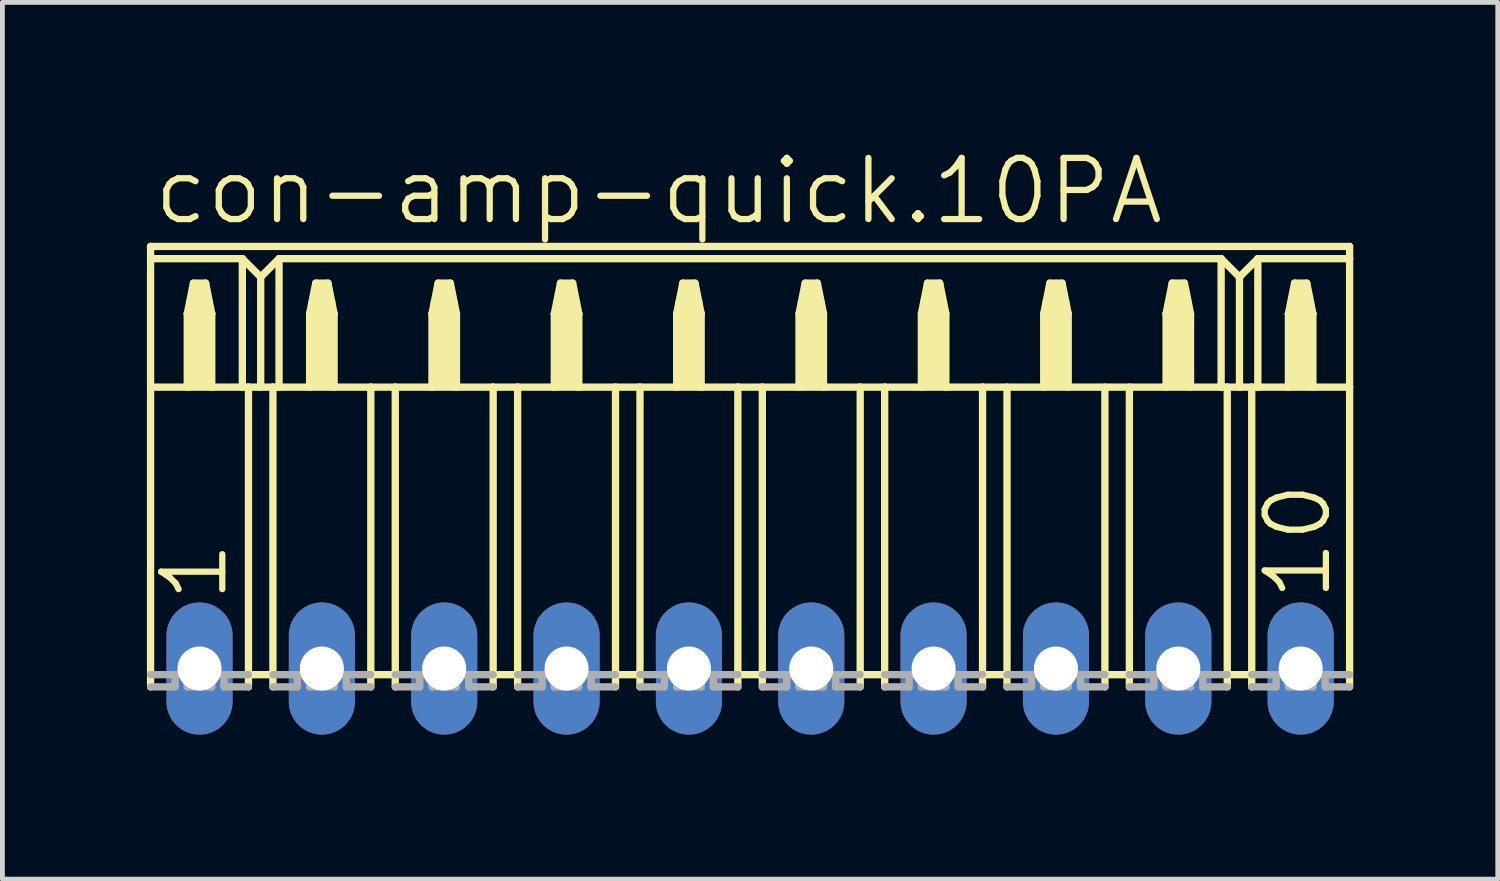
<source format=kicad_pcb>
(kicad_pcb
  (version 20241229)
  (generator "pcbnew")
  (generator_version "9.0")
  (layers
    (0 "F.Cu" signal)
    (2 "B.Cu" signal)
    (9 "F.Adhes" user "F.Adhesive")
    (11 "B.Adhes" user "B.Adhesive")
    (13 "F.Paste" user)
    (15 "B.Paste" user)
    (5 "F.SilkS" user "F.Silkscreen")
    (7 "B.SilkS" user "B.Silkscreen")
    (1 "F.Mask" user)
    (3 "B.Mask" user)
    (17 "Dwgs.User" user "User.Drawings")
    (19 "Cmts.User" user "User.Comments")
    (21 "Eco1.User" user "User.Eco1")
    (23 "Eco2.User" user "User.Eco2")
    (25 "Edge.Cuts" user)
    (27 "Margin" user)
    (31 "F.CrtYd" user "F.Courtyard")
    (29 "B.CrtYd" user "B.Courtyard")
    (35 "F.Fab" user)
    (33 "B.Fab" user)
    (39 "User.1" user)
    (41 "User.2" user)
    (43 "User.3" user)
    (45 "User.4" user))
  (footprint "con-amp-quick.10PA"
    (layer "F.Cu")
    (at 12.522 10.829)
    (property "Reference" "con-amp-quick.10PA" (at -12.446 -9.169 0) (layer "F.SilkS") (effects (font (size 1.27 1.27) (thickness 0.13)) (justify left bottom)))
    (attr through_hole)
    (fp_line (start -12.446 -8.763) (end -12.446 -8.509) (stroke (width 0.152) (type default)) (layer "F.SilkS"))
    (fp_line (start -12.446 -8.763) (end 12.446 -8.763) (stroke (width 0.152) (type default)) (layer "F.SilkS"))
    (fp_line (start -12.446 -8.509) (end -12.446 -5.842) (stroke (width 0.152) (type default)) (layer "F.SilkS"))
    (fp_line (start -12.446 -8.509) (end -10.541 -8.509) (stroke (width 0.152) (type default)) (layer "F.SilkS"))
    (fp_line (start -12.446 -5.842) (end -12.446 0.381) (stroke (width 0.152) (type default)) (layer "F.SilkS"))
    (fp_line (start -12.446 -5.842) (end -11.684 -5.842) (stroke (width 0.152) (type default)) (layer "F.SilkS"))
    (fp_line (start -11.684 -7.366) (end -11.684 -5.842) (stroke (width 0.152) (type default)) (layer "F.SilkS"))
    (fp_line (start -11.684 -7.366) (end -11.557 -8.001) (stroke (width 0.152) (type default)) (layer "F.SilkS"))
    (fp_line (start -11.684 -5.842) (end -11.176 -5.842) (stroke (width 0.152) (type default)) (layer "F.SilkS"))
    (fp_line (start -11.557 -8.001) (end -11.303 -8.001) (stroke (width 0.152) (type default)) (layer "F.SilkS"))
    (fp_line (start -11.303 -8.001) (end -11.176 -7.366) (stroke (width 0.152) (type default)) (layer "F.SilkS"))
    (fp_line (start -11.176 -7.366) (end -11.684 -7.366) (stroke (width 0.152) (type default)) (layer "F.SilkS"))
    (fp_line (start -11.176 -7.366) (end -11.176 -5.842) (stroke (width 0.152) (type default)) (layer "F.SilkS"))
    (fp_line (start -11.176 -5.842) (end -10.541 -5.842) (stroke (width 0.152) (type default)) (layer "F.SilkS"))
    (fp_line (start -10.541 -8.509) (end -10.541 -5.842) (stroke (width 0.152) (type default)) (layer "F.SilkS"))
    (fp_line (start -10.541 -8.509) (end -10.16 -8.128) (stroke (width 0.152) (type default)) (layer "F.SilkS"))
    (fp_line (start -10.541 -5.842) (end -10.414 -5.842) (stroke (width 0.152) (type default)) (layer "F.SilkS"))
    (fp_line (start -10.414 -5.842) (end -10.414 0.127) (stroke (width 0.152) (type default)) (layer "F.SilkS"))
    (fp_line (start -10.414 -5.842) (end -10.16 -5.842) (stroke (width 0.152) (type default)) (layer "F.SilkS"))
    (fp_line (start -10.414 0.127) (end -10.414 0.381) (stroke (width 0.152) (type default)) (layer "F.SilkS"))
    (fp_line (start -10.16 -8.128) (end -10.16 -5.842) (stroke (width 0.152) (type default)) (layer "F.SilkS"))
    (fp_line (start -10.16 -8.128) (end -9.779 -8.509) (stroke (width 0.152) (type default)) (layer "F.SilkS"))
    (fp_line (start -10.16 -5.842) (end -9.906 -5.842) (stroke (width 0.152) (type default)) (layer "F.SilkS"))
    (fp_line (start -9.906 -5.842) (end -9.906 0.127) (stroke (width 0.152) (type default)) (layer "F.SilkS"))
    (fp_line (start -9.906 -5.842) (end -9.779 -5.842) (stroke (width 0.152) (type default)) (layer "F.SilkS"))
    (fp_line (start -9.906 0.127) (end -10.414 0.127) (stroke (width 0.152) (type default)) (layer "F.SilkS"))
    (fp_line (start -9.906 0.127) (end -9.906 0.381) (stroke (width 0.152) (type default)) (layer "F.SilkS"))
    (fp_line (start -9.779 -8.509) (end -9.779 -5.842) (stroke (width 0.152) (type default)) (layer "F.SilkS"))
    (fp_line (start -9.779 -8.509) (end 9.779 -8.509) (stroke (width 0.152) (type default)) (layer "F.SilkS"))
    (fp_line (start -9.779 -5.842) (end -9.144 -5.842) (stroke (width 0.152) (type default)) (layer "F.SilkS"))
    (fp_line (start -9.144 -7.366) (end -9.144 -5.842) (stroke (width 0.152) (type default)) (layer "F.SilkS"))
    (fp_line (start -9.144 -7.366) (end -9.017 -8.001) (stroke (width 0.152) (type default)) (layer "F.SilkS"))
    (fp_line (start -9.144 -5.842) (end -8.636 -5.842) (stroke (width 0.152) (type default)) (layer "F.SilkS"))
    (fp_line (start -9.017 -8.001) (end -8.763 -8.001) (stroke (width 0.152) (type default)) (layer "F.SilkS"))
    (fp_line (start -8.763 -8.001) (end -8.636 -7.366) (stroke (width 0.152) (type default)) (layer "F.SilkS"))
    (fp_line (start -8.636 -7.366) (end -9.144 -7.366) (stroke (width 0.152) (type default)) (layer "F.SilkS"))
    (fp_line (start -8.636 -7.366) (end -8.636 -5.842) (stroke (width 0.152) (type default)) (layer "F.SilkS"))
    (fp_line (start -8.636 -5.842) (end -7.874 -5.842) (stroke (width 0.152) (type default)) (layer "F.SilkS"))
    (fp_line (start -7.874 -5.842) (end -7.874 0.127) (stroke (width 0.152) (type default)) (layer "F.SilkS"))
    (fp_line (start -7.874 -5.842) (end -7.366 -5.842) (stroke (width 0.152) (type default)) (layer "F.SilkS"))
    (fp_line (start -7.874 0.127) (end -7.874 0.381) (stroke (width 0.152) (type default)) (layer "F.SilkS"))
    (fp_line (start -7.366 -5.842) (end -7.366 0.127) (stroke (width 0.152) (type default)) (layer "F.SilkS"))
    (fp_line (start -7.366 -5.842) (end -6.604 -5.842) (stroke (width 0.152) (type default)) (layer "F.SilkS"))
    (fp_line (start -7.366 0.127) (end -7.874 0.127) (stroke (width 0.152) (type default)) (layer "F.SilkS"))
    (fp_line (start -7.366 0.127) (end -7.366 0.381) (stroke (width 0.152) (type default)) (layer "F.SilkS"))
    (fp_line (start -6.604 -7.366) (end -6.604 -5.842) (stroke (width 0.152) (type default)) (layer "F.SilkS"))
    (fp_line (start -6.604 -7.366) (end -6.477 -8.001) (stroke (width 0.152) (type default)) (layer "F.SilkS"))
    (fp_line (start -6.604 -5.842) (end -6.096 -5.842) (stroke (width 0.152) (type default)) (layer "F.SilkS"))
    (fp_line (start -6.477 -8.001) (end -6.223 -8.001) (stroke (width 0.152) (type default)) (layer "F.SilkS"))
    (fp_line (start -6.223 -8.001) (end -6.096 -7.366) (stroke (width 0.152) (type default)) (layer "F.SilkS"))
    (fp_line (start -6.096 -7.366) (end -6.604 -7.366) (stroke (width 0.152) (type default)) (layer "F.SilkS"))
    (fp_line (start -6.096 -7.366) (end -6.096 -5.842) (stroke (width 0.152) (type default)) (layer "F.SilkS"))
    (fp_line (start -6.096 -5.842) (end -5.334 -5.842) (stroke (width 0.152) (type default)) (layer "F.SilkS"))
    (fp_line (start -5.334 -5.842) (end -5.334 0.127) (stroke (width 0.152) (type default)) (layer "F.SilkS"))
    (fp_line (start -5.334 -5.842) (end -4.826 -5.842) (stroke (width 0.152) (type default)) (layer "F.SilkS"))
    (fp_line (start -5.334 0.127) (end -5.334 0.381) (stroke (width 0.152) (type default)) (layer "F.SilkS"))
    (fp_line (start -4.826 -5.842) (end -4.826 0.127) (stroke (width 0.152) (type default)) (layer "F.SilkS"))
    (fp_line (start -4.826 -5.842) (end -4.064 -5.842) (stroke (width 0.152) (type default)) (layer "F.SilkS"))
    (fp_line (start -4.826 0.127) (end -5.334 0.127) (stroke (width 0.152) (type default)) (layer "F.SilkS"))
    (fp_line (start -4.826 0.127) (end -4.826 0.381) (stroke (width 0.152) (type default)) (layer "F.SilkS"))
    (fp_line (start -4.064 -7.366) (end -4.064 -5.842) (stroke (width 0.152) (type default)) (layer "F.SilkS"))
    (fp_line (start -4.064 -7.366) (end -3.937 -8.001) (stroke (width 0.152) (type default)) (layer "F.SilkS"))
    (fp_line (start -4.064 -5.842) (end -3.556 -5.842) (stroke (width 0.152) (type default)) (layer "F.SilkS"))
    (fp_line (start -3.937 -8.001) (end -3.683 -8.001) (stroke (width 0.152) (type default)) (layer "F.SilkS"))
    (fp_line (start -3.683 -8.001) (end -3.556 -7.366) (stroke (width 0.152) (type default)) (layer "F.SilkS"))
    (fp_line (start -3.556 -7.366) (end -4.064 -7.366) (stroke (width 0.152) (type default)) (layer "F.SilkS"))
    (fp_line (start -3.556 -7.366) (end -3.556 -5.842) (stroke (width 0.152) (type default)) (layer "F.SilkS"))
    (fp_line (start -3.556 -5.842) (end -2.794 -5.842) (stroke (width 0.152) (type default)) (layer "F.SilkS"))
    (fp_line (start -2.794 -5.842) (end -2.794 0.127) (stroke (width 0.152) (type default)) (layer "F.SilkS"))
    (fp_line (start -2.794 -5.842) (end -2.286 -5.842) (stroke (width 0.152) (type default)) (layer "F.SilkS"))
    (fp_line (start -2.794 0.127) (end -2.794 0.381) (stroke (width 0.152) (type default)) (layer "F.SilkS"))
    (fp_line (start -2.286 -5.842) (end -2.286 0.127) (stroke (width 0.152) (type default)) (layer "F.SilkS"))
    (fp_line (start -2.286 -5.842) (end -1.524 -5.842) (stroke (width 0.152) (type default)) (layer "F.SilkS"))
    (fp_line (start -2.286 0.127) (end -2.794 0.127) (stroke (width 0.152) (type default)) (layer "F.SilkS"))
    (fp_line (start -2.286 0.127) (end -2.286 0.381) (stroke (width 0.152) (type default)) (layer "F.SilkS"))
    (fp_line (start -1.524 -7.366) (end -1.524 -5.842) (stroke (width 0.152) (type default)) (layer "F.SilkS"))
    (fp_line (start -1.524 -7.366) (end -1.397 -8.001) (stroke (width 0.152) (type default)) (layer "F.SilkS"))
    (fp_line (start -1.524 -5.842) (end -1.016 -5.842) (stroke (width 0.152) (type default)) (layer "F.SilkS"))
    (fp_line (start -1.397 -8.001) (end -1.143 -8.001) (stroke (width 0.152) (type default)) (layer "F.SilkS"))
    (fp_line (start -1.143 -8.001) (end -1.016 -7.366) (stroke (width 0.152) (type default)) (layer "F.SilkS"))
    (fp_line (start -1.016 -7.366) (end -1.524 -7.366) (stroke (width 0.152) (type default)) (layer "F.SilkS"))
    (fp_line (start -1.016 -7.366) (end -1.016 -5.842) (stroke (width 0.152) (type default)) (layer "F.SilkS"))
    (fp_line (start -1.016 -5.842) (end -0.254 -5.842) (stroke (width 0.152) (type default)) (layer "F.SilkS"))
    (fp_line (start -0.254 -5.842) (end -0.254 0.127) (stroke (width 0.152) (type default)) (layer "F.SilkS"))
    (fp_line (start -0.254 -5.842) (end 0.254 -5.842) (stroke (width 0.152) (type default)) (layer "F.SilkS"))
    (fp_line (start -0.254 0.127) (end -0.254 0.381) (stroke (width 0.152) (type default)) (layer "F.SilkS"))
    (fp_line (start 0.254 -5.842) (end 0.254 0.127) (stroke (width 0.152) (type default)) (layer "F.SilkS"))
    (fp_line (start 0.254 -5.842) (end 1.016 -5.842) (stroke (width 0.152) (type default)) (layer "F.SilkS"))
    (fp_line (start 0.254 0.127) (end -0.254 0.127) (stroke (width 0.152) (type default)) (layer "F.SilkS"))
    (fp_line (start 0.254 0.127) (end 0.254 0.381) (stroke (width 0.152) (type default)) (layer "F.SilkS"))
    (fp_line (start 1.016 -7.366) (end 1.016 -5.842) (stroke (width 0.152) (type default)) (layer "F.SilkS"))
    (fp_line (start 1.016 -7.366) (end 1.143 -8.001) (stroke (width 0.152) (type default)) (layer "F.SilkS"))
    (fp_line (start 1.016 -5.842) (end 1.524 -5.842) (stroke (width 0.152) (type default)) (layer "F.SilkS"))
    (fp_line (start 1.143 -8.001) (end 1.397 -8.001) (stroke (width 0.152) (type default)) (layer "F.SilkS"))
    (fp_line (start 1.397 -8.001) (end 1.524 -7.366) (stroke (width 0.152) (type default)) (layer "F.SilkS"))
    (fp_line (start 1.524 -7.366) (end 1.524 -5.842) (stroke (width 0.152) (type default)) (layer "F.SilkS"))
    (fp_line (start 1.524 -5.842) (end 2.286 -5.842) (stroke (width 0.152) (type default)) (layer "F.SilkS"))
    (fp_line (start 2.286 -5.842) (end 2.286 0.127) (stroke (width 0.152) (type default)) (layer "F.SilkS"))
    (fp_line (start 2.286 -5.842) (end 2.794 -5.842) (stroke (width 0.152) (type default)) (layer "F.SilkS"))
    (fp_line (start 2.286 0.127) (end 2.286 0.381) (stroke (width 0.152) (type default)) (layer "F.SilkS"))
    (fp_line (start 2.794 -5.842) (end 2.794 0.127) (stroke (width 0.152) (type default)) (layer "F.SilkS"))
    (fp_line (start 2.794 -5.842) (end 3.556 -5.842) (stroke (width 0.152) (type default)) (layer "F.SilkS"))
    (fp_line (start 2.794 0.127) (end 2.286 0.127) (stroke (width 0.152) (type default)) (layer "F.SilkS"))
    (fp_line (start 2.794 0.127) (end 2.794 0.381) (stroke (width 0.152) (type default)) (layer "F.SilkS"))
    (fp_line (start 3.556 -7.366) (end 3.556 -5.842) (stroke (width 0.152) (type default)) (layer "F.SilkS"))
    (fp_line (start 3.556 -7.366) (end 3.683 -8.001) (stroke (width 0.152) (type default)) (layer "F.SilkS"))
    (fp_line (start 3.556 -5.842) (end 4.064 -5.842) (stroke (width 0.152) (type default)) (layer "F.SilkS"))
    (fp_line (start 3.683 -8.001) (end 3.937 -8.001) (stroke (width 0.152) (type default)) (layer "F.SilkS"))
    (fp_line (start 3.937 -8.001) (end 4.064 -7.366) (stroke (width 0.152) (type default)) (layer "F.SilkS"))
    (fp_line (start 4.064 -7.366) (end 4.064 -5.842) (stroke (width 0.152) (type default)) (layer "F.SilkS"))
    (fp_line (start 4.064 -5.842) (end 4.826 -5.842) (stroke (width 0.152) (type default)) (layer "F.SilkS"))
    (fp_line (start 4.826 -5.842) (end 4.826 0.127) (stroke (width 0.152) (type default)) (layer "F.SilkS"))
    (fp_line (start 4.826 -5.842) (end 9.779 -5.842) (stroke (width 0.152) (type default)) (layer "F.SilkS"))
    (fp_line (start 4.826 0.127) (end 4.826 0.381) (stroke (width 0.152) (type default)) (layer "F.SilkS"))
    (fp_line (start 5.334 -5.842) (end 5.334 0.127) (stroke (width 0.152) (type default)) (layer "F.SilkS"))
    (fp_line (start 5.334 0.127) (end 4.826 0.127) (stroke (width 0.152) (type default)) (layer "F.SilkS"))
    (fp_line (start 5.334 0.127) (end 5.334 0.381) (stroke (width 0.152) (type default)) (layer "F.SilkS"))
    (fp_line (start 6.096 -7.366) (end 6.096 -5.842) (stroke (width 0.152) (type default)) (layer "F.SilkS"))
    (fp_line (start 6.096 -7.366) (end 6.223 -8.001) (stroke (width 0.152) (type default)) (layer "F.SilkS"))
    (fp_line (start 6.223 -8.001) (end 6.477 -8.001) (stroke (width 0.152) (type default)) (layer "F.SilkS"))
    (fp_line (start 6.477 -8.001) (end 6.604 -7.366) (stroke (width 0.152) (type default)) (layer "F.SilkS"))
    (fp_line (start 6.604 -7.366) (end 6.096 -7.366) (stroke (width 0.152) (type default)) (layer "F.SilkS"))
    (fp_line (start 6.604 -7.366) (end 6.604 -5.842) (stroke (width 0.152) (type default)) (layer "F.SilkS"))
    (fp_line (start 7.366 -5.842) (end 7.366 0.127) (stroke (width 0.152) (type default)) (layer "F.SilkS"))
    (fp_line (start 7.366 0.127) (end 7.366 0.381) (stroke (width 0.152) (type default)) (layer "F.SilkS"))
    (fp_line (start 7.874 -5.842) (end 7.874 0.127) (stroke (width 0.152) (type default)) (layer "F.SilkS"))
    (fp_line (start 7.874 0.127) (end 7.366 0.127) (stroke (width 0.152) (type default)) (layer "F.SilkS"))
    (fp_line (start 7.874 0.127) (end 7.874 0.381) (stroke (width 0.152) (type default)) (layer "F.SilkS"))
    (fp_line (start 8.636 -7.366) (end 8.636 -5.842) (stroke (width 0.152) (type default)) (layer "F.SilkS"))
    (fp_line (start 8.636 -7.366) (end 8.763 -8.001) (stroke (width 0.152) (type default)) (layer "F.SilkS"))
    (fp_line (start 8.763 -8.001) (end 9.017 -8.001) (stroke (width 0.152) (type default)) (layer "F.SilkS"))
    (fp_line (start 9.017 -8.001) (end 9.144 -7.366) (stroke (width 0.152) (type default)) (layer "F.SilkS"))
    (fp_line (start 9.144 -7.366) (end 8.636 -7.366) (stroke (width 0.152) (type default)) (layer "F.SilkS"))
    (fp_line (start 9.144 -7.366) (end 9.144 -5.842) (stroke (width 0.152) (type default)) (layer "F.SilkS"))
    (fp_line (start 9.779 -8.509) (end 9.779 -5.842) (stroke (width 0.152) (type default)) (layer "F.SilkS"))
    (fp_line (start 9.779 -8.509) (end 10.16 -8.128) (stroke (width 0.152) (type default)) (layer "F.SilkS"))
    (fp_line (start 9.779 -5.842) (end 9.906 -5.842) (stroke (width 0.152) (type default)) (layer "F.SilkS"))
    (fp_line (start 9.906 -5.842) (end 9.906 0.127) (stroke (width 0.152) (type default)) (layer "F.SilkS"))
    (fp_line (start 9.906 -5.842) (end 10.16 -5.842) (stroke (width 0.152) (type default)) (layer "F.SilkS"))
    (fp_line (start 9.906 0.127) (end 9.906 0.381) (stroke (width 0.152) (type default)) (layer "F.SilkS"))
    (fp_line (start 10.16 -8.128) (end 10.16 -5.842) (stroke (width 0.152) (type default)) (layer "F.SilkS"))
    (fp_line (start 10.16 -8.128) (end 10.541 -8.509) (stroke (width 0.152) (type default)) (layer "F.SilkS"))
    (fp_line (start 10.16 -5.842) (end 10.414 -5.842) (stroke (width 0.152) (type default)) (layer "F.SilkS"))
    (fp_line (start 10.414 -5.842) (end 10.414 0.127) (stroke (width 0.152) (type default)) (layer "F.SilkS"))
    (fp_line (start 10.414 -5.842) (end 10.541 -5.842) (stroke (width 0.152) (type default)) (layer "F.SilkS"))
    (fp_line (start 10.414 0.127) (end 9.906 0.127) (stroke (width 0.152) (type default)) (layer "F.SilkS"))
    (fp_line (start 10.414 0.127) (end 10.414 0.381) (stroke (width 0.152) (type default)) (layer "F.SilkS"))
    (fp_line (start 10.541 -8.509) (end 10.541 -5.842) (stroke (width 0.152) (type default)) (layer "F.SilkS"))
    (fp_line (start 10.541 -8.509) (end 12.446 -8.509) (stroke (width 0.152) (type default)) (layer "F.SilkS"))
    (fp_line (start 10.541 -5.842) (end 11.176 -5.842) (stroke (width 0.152) (type default)) (layer "F.SilkS"))
    (fp_line (start 11.176 -7.366) (end 11.176 -5.842) (stroke (width 0.152) (type default)) (layer "F.SilkS"))
    (fp_line (start 11.176 -7.366) (end 11.303 -8.001) (stroke (width 0.152) (type default)) (layer "F.SilkS"))
    (fp_line (start 11.176 -5.842) (end 11.684 -5.842) (stroke (width 0.152) (type default)) (layer "F.SilkS"))
    (fp_line (start 11.303 -8.001) (end 11.557 -8.001) (stroke (width 0.152) (type default)) (layer "F.SilkS"))
    (fp_line (start 11.557 -8.001) (end 11.684 -7.366) (stroke (width 0.152) (type default)) (layer "F.SilkS"))
    (fp_line (start 11.684 -7.366) (end 11.176 -7.366) (stroke (width 0.152) (type default)) (layer "F.SilkS"))
    (fp_line (start 11.684 -7.366) (end 11.684 -5.842) (stroke (width 0.152) (type default)) (layer "F.SilkS"))
    (fp_line (start 11.684 -5.842) (end 12.446 -5.842) (stroke (width 0.152) (type default)) (layer "F.SilkS"))
    (fp_line (start 12.446 -8.509) (end 12.446 -8.763) (stroke (width 0.152) (type default)) (layer "F.SilkS"))
    (fp_line (start 12.446 -5.842) (end 12.446 -8.509) (stroke (width 0.152) (type default)) (layer "F.SilkS"))
    (fp_line (start 12.446 -5.842) (end 12.446 0.381) (stroke (width 0.152) (type default)) (layer "F.SilkS"))
    (fp_rect (start -11.684 -7.366) (end -11.557 -7.62) (stroke (width 0.05) (type default)) (fill yes) (layer "F.SilkS"))
    (fp_rect (start -11.684 -5.842) (end -11.176 -7.366) (stroke (width 0.05) (type default)) (fill yes) (layer "F.SilkS"))
    (fp_rect (start -11.557 -7.366) (end -11.303 -8.001) (stroke (width 0.05) (type default)) (fill yes) (layer "F.SilkS"))
    (fp_rect (start -11.303 -7.366) (end -11.176 -7.62) (stroke (width 0.05) (type default)) (fill yes) (layer "F.SilkS"))
    (fp_rect (start -9.144 -7.366) (end -9.017 -7.62) (stroke (width 0.05) (type default)) (fill yes) (layer "F.SilkS"))
    (fp_rect (start -9.144 -5.842) (end -8.636 -7.366) (stroke (width 0.05) (type default)) (fill yes) (layer "F.SilkS"))
    (fp_rect (start -9.017 -7.366) (end -8.763 -8.001) (stroke (width 0.05) (type default)) (fill yes) (layer "F.SilkS"))
    (fp_rect (start -8.763 -7.366) (end -8.636 -7.62) (stroke (width 0.05) (type default)) (fill yes) (layer "F.SilkS"))
    (fp_rect (start -6.604 -7.366) (end -6.477 -7.62) (stroke (width 0.05) (type default)) (fill yes) (layer "F.SilkS"))
    (fp_rect (start -6.604 -5.842) (end -6.096 -7.366) (stroke (width 0.05) (type default)) (fill yes) (layer "F.SilkS"))
    (fp_rect (start -6.477 -7.366) (end -6.223 -8.001) (stroke (width 0.05) (type default)) (fill yes) (layer "F.SilkS"))
    (fp_rect (start -6.223 -7.366) (end -6.096 -7.62) (stroke (width 0.05) (type default)) (fill yes) (layer "F.SilkS"))
    (fp_rect (start -4.064 -7.366) (end -3.937 -7.62) (stroke (width 0.05) (type default)) (fill yes) (layer "F.SilkS"))
    (fp_rect (start -4.064 -5.842) (end -3.556 -7.366) (stroke (width 0.05) (type default)) (fill yes) (layer "F.SilkS"))
    (fp_rect (start -3.937 -7.366) (end -3.683 -8.001) (stroke (width 0.05) (type default)) (fill yes) (layer "F.SilkS"))
    (fp_rect (start -3.683 -7.366) (end -3.556 -7.62) (stroke (width 0.05) (type default)) (fill yes) (layer "F.SilkS"))
    (fp_rect (start -1.524 -7.366) (end -1.397 -7.62) (stroke (width 0.05) (type default)) (fill yes) (layer "F.SilkS"))
    (fp_rect (start -1.524 -5.842) (end -1.016 -7.366) (stroke (width 0.05) (type default)) (fill yes) (layer "F.SilkS"))
    (fp_rect (start -1.397 -7.366) (end -1.143 -8.001) (stroke (width 0.05) (type default)) (fill yes) (layer "F.SilkS"))
    (fp_rect (start -1.143 -7.366) (end -1.016 -7.62) (stroke (width 0.05) (type default)) (fill yes) (layer "F.SilkS"))
    (fp_rect (start 1.016 -7.366) (end 1.143 -7.62) (stroke (width 0.05) (type default)) (fill yes) (layer "F.SilkS"))
    (fp_rect (start 1.016 -5.842) (end 1.524 -7.366) (stroke (width 0.05) (type default)) (fill yes) (layer "F.SilkS"))
    (fp_rect (start 1.143 -7.366) (end 1.397 -8.001) (stroke (width 0.05) (type default)) (fill yes) (layer "F.SilkS"))
    (fp_rect (start 1.397 -7.366) (end 1.524 -7.62) (stroke (width 0.05) (type default)) (fill yes) (layer "F.SilkS"))
    (fp_rect (start 3.556 -7.366) (end 3.683 -7.62) (stroke (width 0.05) (type default)) (fill yes) (layer "F.SilkS"))
    (fp_rect (start 3.556 -5.842) (end 4.064 -7.366) (stroke (width 0.05) (type default)) (fill yes) (layer "F.SilkS"))
    (fp_rect (start 3.683 -7.366) (end 3.937 -8.001) (stroke (width 0.05) (type default)) (fill yes) (layer "F.SilkS"))
    (fp_rect (start 3.937 -7.366) (end 4.064 -7.62) (stroke (width 0.05) (type default)) (fill yes) (layer "F.SilkS"))
    (fp_rect (start 6.096 -7.366) (end 6.223 -7.62) (stroke (width 0.05) (type default)) (fill yes) (layer "F.SilkS"))
    (fp_rect (start 6.096 -5.842) (end 6.604 -7.366) (stroke (width 0.05) (type default)) (fill yes) (layer "F.SilkS"))
    (fp_rect (start 6.223 -7.366) (end 6.477 -8.001) (stroke (width 0.05) (type default)) (fill yes) (layer "F.SilkS"))
    (fp_rect (start 6.477 -7.366) (end 6.604 -7.62) (stroke (width 0.05) (type default)) (fill yes) (layer "F.SilkS"))
    (fp_rect (start 8.636 -7.366) (end 8.763 -7.62) (stroke (width 0.05) (type default)) (fill yes) (layer "F.SilkS"))
    (fp_rect (start 8.636 -5.842) (end 9.144 -7.366) (stroke (width 0.05) (type default)) (fill yes) (layer "F.SilkS"))
    (fp_rect (start 8.763 -7.366) (end 9.017 -8.001) (stroke (width 0.05) (type default)) (fill yes) (layer "F.SilkS"))
    (fp_rect (start 9.017 -7.366) (end 9.144 -7.62) (stroke (width 0.05) (type default)) (fill yes) (layer "F.SilkS"))
    (fp_rect (start 11.176 -7.366) (end 11.303 -7.62) (stroke (width 0.05) (type default)) (fill yes) (layer "F.SilkS"))
    (fp_rect (start 11.176 -5.842) (end 11.684 -7.366) (stroke (width 0.05) (type default)) (fill yes) (layer "F.SilkS"))
    (fp_rect (start 11.303 -7.366) (end 11.557 -8.001) (stroke (width 0.05) (type default)) (fill yes) (layer "F.SilkS"))
    (fp_rect (start 11.557 -7.366) (end 11.684 -7.62) (stroke (width 0.05) (type default)) (fill yes) (layer "F.SilkS"))
    (fp_line (start -12.446 0.127) (end -11.938 0.127) (stroke (width 0.152) (type default)) (layer "F.Fab"))
    (fp_line (start -11.938 0.381) (end -12.446 0.381) (stroke (width 0.152) (type default)) (layer "F.Fab"))
    (fp_line (start -11.938 0.381) (end -11.938 0.127) (stroke (width 0.152) (type default)) (layer "F.Fab"))
    (fp_line (start -11.684 0.127) (end -11.938 0.127) (stroke (width 0.152) (type default)) (layer "F.Fab"))
    (fp_line (start -11.684 0.381) (end -11.684 0.127) (stroke (width 0.152) (type default)) (layer "F.Fab"))
    (fp_line (start -11.176 0.381) (end -11.684 0.381) (stroke (width 0.152) (type default)) (layer "F.Fab"))
    (fp_line (start -11.176 0.381) (end -11.176 0.127) (stroke (width 0.152) (type default)) (layer "F.Fab"))
    (fp_line (start -10.922 0.127) (end -11.176 0.127) (stroke (width 0.152) (type default)) (layer "F.Fab"))
    (fp_line (start -10.922 0.381) (end -10.922 0.127) (stroke (width 0.152) (type default)) (layer "F.Fab"))
    (fp_line (start -10.414 0.127) (end -10.922 0.127) (stroke (width 0.152) (type default)) (layer "F.Fab"))
    (fp_line (start -10.414 0.381) (end -10.922 0.381) (stroke (width 0.152) (type default)) (layer "F.Fab"))
    (fp_line (start -9.906 0.127) (end -9.398 0.127) (stroke (width 0.152) (type default)) (layer "F.Fab"))
    (fp_line (start -9.398 0.381) (end -9.906 0.381) (stroke (width 0.152) (type default)) (layer "F.Fab"))
    (fp_line (start -9.398 0.381) (end -9.398 0.127) (stroke (width 0.152) (type default)) (layer "F.Fab"))
    (fp_line (start -9.144 0.127) (end -9.398 0.127) (stroke (width 0.152) (type default)) (layer "F.Fab"))
    (fp_line (start -9.144 0.381) (end -9.144 0.127) (stroke (width 0.152) (type default)) (layer "F.Fab"))
    (fp_line (start -8.636 0.381) (end -9.144 0.381) (stroke (width 0.152) (type default)) (layer "F.Fab"))
    (fp_line (start -8.636 0.381) (end -8.636 0.127) (stroke (width 0.152) (type default)) (layer "F.Fab"))
    (fp_line (start -8.382 0.127) (end -8.636 0.127) (stroke (width 0.152) (type default)) (layer "F.Fab"))
    (fp_line (start -8.382 0.381) (end -8.382 0.127) (stroke (width 0.152) (type default)) (layer "F.Fab"))
    (fp_line (start -7.874 0.127) (end -8.382 0.127) (stroke (width 0.152) (type default)) (layer "F.Fab"))
    (fp_line (start -7.874 0.381) (end -8.382 0.381) (stroke (width 0.152) (type default)) (layer "F.Fab"))
    (fp_line (start -7.366 0.127) (end -6.858 0.127) (stroke (width 0.152) (type default)) (layer "F.Fab"))
    (fp_line (start -6.858 0.381) (end -7.366 0.381) (stroke (width 0.152) (type default)) (layer "F.Fab"))
    (fp_line (start -6.858 0.381) (end -6.858 0.127) (stroke (width 0.152) (type default)) (layer "F.Fab"))
    (fp_line (start -6.604 0.127) (end -6.858 0.127) (stroke (width 0.152) (type default)) (layer "F.Fab"))
    (fp_line (start -6.604 0.381) (end -6.604 0.127) (stroke (width 0.152) (type default)) (layer "F.Fab"))
    (fp_line (start -6.096 0.381) (end -6.604 0.381) (stroke (width 0.152) (type default)) (layer "F.Fab"))
    (fp_line (start -6.096 0.381) (end -6.096 0.127) (stroke (width 0.152) (type default)) (layer "F.Fab"))
    (fp_line (start -5.842 0.127) (end -6.096 0.127) (stroke (width 0.152) (type default)) (layer "F.Fab"))
    (fp_line (start -5.842 0.381) (end -5.842 0.127) (stroke (width 0.152) (type default)) (layer "F.Fab"))
    (fp_line (start -5.334 0.127) (end -5.842 0.127) (stroke (width 0.152) (type default)) (layer "F.Fab"))
    (fp_line (start -5.334 0.381) (end -5.842 0.381) (stroke (width 0.152) (type default)) (layer "F.Fab"))
    (fp_line (start -4.826 0.127) (end -4.318 0.127) (stroke (width 0.152) (type default)) (layer "F.Fab"))
    (fp_line (start -4.318 0.381) (end -4.826 0.381) (stroke (width 0.152) (type default)) (layer "F.Fab"))
    (fp_line (start -4.318 0.381) (end -4.318 0.127) (stroke (width 0.152) (type default)) (layer "F.Fab"))
    (fp_line (start -4.064 0.127) (end -4.318 0.127) (stroke (width 0.152) (type default)) (layer "F.Fab"))
    (fp_line (start -4.064 0.381) (end -4.064 0.127) (stroke (width 0.152) (type default)) (layer "F.Fab"))
    (fp_line (start -3.556 0.381) (end -4.064 0.381) (stroke (width 0.152) (type default)) (layer "F.Fab"))
    (fp_line (start -3.556 0.381) (end -3.556 0.127) (stroke (width 0.152) (type default)) (layer "F.Fab"))
    (fp_line (start -3.302 0.127) (end -3.556 0.127) (stroke (width 0.152) (type default)) (layer "F.Fab"))
    (fp_line (start -3.302 0.381) (end -3.302 0.127) (stroke (width 0.152) (type default)) (layer "F.Fab"))
    (fp_line (start -2.794 0.127) (end -3.302 0.127) (stroke (width 0.152) (type default)) (layer "F.Fab"))
    (fp_line (start -2.794 0.381) (end -3.302 0.381) (stroke (width 0.152) (type default)) (layer "F.Fab"))
    (fp_line (start -2.286 0.127) (end -1.778 0.127) (stroke (width 0.152) (type default)) (layer "F.Fab"))
    (fp_line (start -1.778 0.381) (end -2.286 0.381) (stroke (width 0.152) (type default)) (layer "F.Fab"))
    (fp_line (start -1.778 0.381) (end -1.778 0.127) (stroke (width 0.152) (type default)) (layer "F.Fab"))
    (fp_line (start -1.524 0.127) (end -1.778 0.127) (stroke (width 0.152) (type default)) (layer "F.Fab"))
    (fp_line (start -1.524 0.381) (end -1.524 0.127) (stroke (width 0.152) (type default)) (layer "F.Fab"))
    (fp_line (start -1.016 0.381) (end -1.524 0.381) (stroke (width 0.152) (type default)) (layer "F.Fab"))
    (fp_line (start -1.016 0.381) (end -1.016 0.127) (stroke (width 0.152) (type default)) (layer "F.Fab"))
    (fp_line (start -0.762 0.127) (end -1.016 0.127) (stroke (width 0.152) (type default)) (layer "F.Fab"))
    (fp_line (start -0.762 0.381) (end -0.762 0.127) (stroke (width 0.152) (type default)) (layer "F.Fab"))
    (fp_line (start -0.254 0.127) (end -0.762 0.127) (stroke (width 0.152) (type default)) (layer "F.Fab"))
    (fp_line (start -0.254 0.381) (end -0.762 0.381) (stroke (width 0.152) (type default)) (layer "F.Fab"))
    (fp_line (start 0.254 0.127) (end 0.762 0.127) (stroke (width 0.152) (type default)) (layer "F.Fab"))
    (fp_line (start 0.762 0.381) (end 0.254 0.381) (stroke (width 0.152) (type default)) (layer "F.Fab"))
    (fp_line (start 0.762 0.381) (end 0.762 0.127) (stroke (width 0.152) (type default)) (layer "F.Fab"))
    (fp_line (start 1.016 0.127) (end 0.762 0.127) (stroke (width 0.152) (type default)) (layer "F.Fab"))
    (fp_line (start 1.016 0.381) (end 1.016 0.127) (stroke (width 0.152) (type default)) (layer "F.Fab"))
    (fp_line (start 1.524 0.381) (end 1.016 0.381) (stroke (width 0.152) (type default)) (layer "F.Fab"))
    (fp_line (start 1.524 0.381) (end 1.524 0.127) (stroke (width 0.152) (type default)) (layer "F.Fab"))
    (fp_line (start 1.778 0.127) (end 1.524 0.127) (stroke (width 0.152) (type default)) (layer "F.Fab"))
    (fp_line (start 1.778 0.381) (end 1.778 0.127) (stroke (width 0.152) (type default)) (layer "F.Fab"))
    (fp_line (start 2.286 0.127) (end 1.778 0.127) (stroke (width 0.152) (type default)) (layer "F.Fab"))
    (fp_line (start 2.286 0.381) (end 1.778 0.381) (stroke (width 0.152) (type default)) (layer "F.Fab"))
    (fp_line (start 2.794 0.127) (end 3.302 0.127) (stroke (width 0.152) (type default)) (layer "F.Fab"))
    (fp_line (start 3.302 0.381) (end 2.794 0.381) (stroke (width 0.152) (type default)) (layer "F.Fab"))
    (fp_line (start 3.302 0.381) (end 3.302 0.127) (stroke (width 0.152) (type default)) (layer "F.Fab"))
    (fp_line (start 3.556 0.127) (end 3.302 0.127) (stroke (width 0.152) (type default)) (layer "F.Fab"))
    (fp_line (start 3.556 0.381) (end 3.556 0.127) (stroke (width 0.152) (type default)) (layer "F.Fab"))
    (fp_line (start 4.064 0.381) (end 3.556 0.381) (stroke (width 0.152) (type default)) (layer "F.Fab"))
    (fp_line (start 4.064 0.381) (end 4.064 0.127) (stroke (width 0.152) (type default)) (layer "F.Fab"))
    (fp_line (start 4.318 0.127) (end 4.064 0.127) (stroke (width 0.152) (type default)) (layer "F.Fab"))
    (fp_line (start 4.318 0.381) (end 4.318 0.127) (stroke (width 0.152) (type default)) (layer "F.Fab"))
    (fp_line (start 4.826 0.127) (end 4.318 0.127) (stroke (width 0.152) (type default)) (layer "F.Fab"))
    (fp_line (start 4.826 0.381) (end 4.318 0.381) (stroke (width 0.152) (type default)) (layer "F.Fab"))
    (fp_line (start 5.334 0.127) (end 5.842 0.127) (stroke (width 0.152) (type default)) (layer "F.Fab"))
    (fp_line (start 5.842 0.381) (end 5.334 0.381) (stroke (width 0.152) (type default)) (layer "F.Fab"))
    (fp_line (start 5.842 0.381) (end 5.842 0.127) (stroke (width 0.152) (type default)) (layer "F.Fab"))
    (fp_line (start 6.096 0.127) (end 5.842 0.127) (stroke (width 0.152) (type default)) (layer "F.Fab"))
    (fp_line (start 6.096 0.381) (end 6.096 0.127) (stroke (width 0.152) (type default)) (layer "F.Fab"))
    (fp_line (start 6.604 0.381) (end 6.096 0.381) (stroke (width 0.152) (type default)) (layer "F.Fab"))
    (fp_line (start 6.604 0.381) (end 6.604 0.127) (stroke (width 0.152) (type default)) (layer "F.Fab"))
    (fp_line (start 6.858 0.127) (end 6.604 0.127) (stroke (width 0.152) (type default)) (layer "F.Fab"))
    (fp_line (start 6.858 0.381) (end 6.858 0.127) (stroke (width 0.152) (type default)) (layer "F.Fab"))
    (fp_line (start 7.366 0.127) (end 6.858 0.127) (stroke (width 0.152) (type default)) (layer "F.Fab"))
    (fp_line (start 7.366 0.381) (end 6.858 0.381) (stroke (width 0.152) (type default)) (layer "F.Fab"))
    (fp_line (start 7.874 0.127) (end 8.382 0.127) (stroke (width 0.152) (type default)) (layer "F.Fab"))
    (fp_line (start 8.382 0.381) (end 7.874 0.381) (stroke (width 0.152) (type default)) (layer "F.Fab"))
    (fp_line (start 8.382 0.381) (end 8.382 0.127) (stroke (width 0.152) (type default)) (layer "F.Fab"))
    (fp_line (start 8.636 0.127) (end 8.382 0.127) (stroke (width 0.152) (type default)) (layer "F.Fab"))
    (fp_line (start 8.636 0.381) (end 8.636 0.127) (stroke (width 0.152) (type default)) (layer "F.Fab"))
    (fp_line (start 9.144 0.381) (end 8.636 0.381) (stroke (width 0.152) (type default)) (layer "F.Fab"))
    (fp_line (start 9.144 0.381) (end 9.144 0.127) (stroke (width 0.152) (type default)) (layer "F.Fab"))
    (fp_line (start 9.398 0.127) (end 9.144 0.127) (stroke (width 0.152) (type default)) (layer "F.Fab"))
    (fp_line (start 9.398 0.381) (end 9.398 0.127) (stroke (width 0.152) (type default)) (layer "F.Fab"))
    (fp_line (start 9.906 0.127) (end 9.398 0.127) (stroke (width 0.152) (type default)) (layer "F.Fab"))
    (fp_line (start 9.906 0.381) (end 9.398 0.381) (stroke (width 0.152) (type default)) (layer "F.Fab"))
    (fp_line (start 10.414 0.127) (end 10.922 0.127) (stroke (width 0.152) (type default)) (layer "F.Fab"))
    (fp_line (start 10.922 0.381) (end 10.414 0.381) (stroke (width 0.152) (type default)) (layer "F.Fab"))
    (fp_line (start 10.922 0.381) (end 10.922 0.127) (stroke (width 0.152) (type default)) (layer "F.Fab"))
    (fp_line (start 11.176 0.127) (end 10.922 0.127) (stroke (width 0.152) (type default)) (layer "F.Fab"))
    (fp_line (start 11.176 0.381) (end 11.176 0.127) (stroke (width 0.152) (type default)) (layer "F.Fab"))
    (fp_line (start 11.684 0.381) (end 11.176 0.381) (stroke (width 0.152) (type default)) (layer "F.Fab"))
    (fp_line (start 11.684 0.381) (end 11.684 0.127) (stroke (width 0.152) (type default)) (layer "F.Fab"))
    (fp_line (start 11.938 0.127) (end 11.684 0.127) (stroke (width 0.152) (type default)) (layer "F.Fab"))
    (fp_line (start 11.938 0.381) (end 11.938 0.127) (stroke (width 0.152) (type default)) (layer "F.Fab"))
    (fp_line (start 12.446 0.127) (end 11.938 0.127) (stroke (width 0.152) (type default)) (layer "F.Fab"))
    (fp_line (start 12.446 0.381) (end 11.938 0.381) (stroke (width 0.152) (type default)) (layer "F.Fab"))
    (fp_text user "1" (at -10.795 -1.321 90) (layer "F.SilkS") (effects (font (size 1.27 1.27) (thickness 0.13)) (justify left bottom)))
    (fp_text user "10" (at 12.116 -1.346 90) (layer "F.SilkS") (effects (font (size 1.27 1.27) (thickness 0.13)) (justify left bottom)))
    (pad "1" thru_hole oval (at -11.43 0 90) (size 2.743 1.372) (drill 0.914) (layers "*.Cu" "*.Mask"))
    (pad "2" thru_hole oval (at -8.89 0 90) (size 2.743 1.372) (drill 0.914) (layers "*.Cu" "*.Mask"))
    (pad "3" thru_hole oval (at -6.35 0 90) (size 2.743 1.372) (drill 0.914) (layers "*.Cu" "*.Mask"))
    (pad "4" thru_hole oval (at -3.81 0 90) (size 2.743 1.372) (drill 0.914) (layers "*.Cu" "*.Mask"))
    (pad "5" thru_hole oval (at -1.27 0 90) (size 2.743 1.372) (drill 0.914) (layers "*.Cu" "*.Mask"))
    (pad "6" thru_hole oval (at 1.27 0 90) (size 2.743 1.372) (drill 0.914) (layers "*.Cu" "*.Mask"))
    (pad "7" thru_hole oval (at 3.81 0 90) (size 2.743 1.372) (drill 0.914) (layers "*.Cu" "*.Mask"))
    (pad "8" thru_hole oval (at 6.35 0 90) (size 2.743 1.372) (drill 0.914) (layers "*.Cu" "*.Mask"))
    (pad "9" thru_hole oval (at 8.89 0 90) (size 2.743 1.372) (drill 0.914) (layers "*.Cu" "*.Mask"))
    (pad "10" thru_hole oval (at 11.43 0 90) (size 2.743 1.372) (drill 0.914) (layers "*.Cu" "*.Mask")))
  (gr_rect
    (start -3 -3)
    (end 28.044 15.201)
    (stroke (width 0.1) (type default))
    (fill no)
    (layer "Edge.Cuts")))
</source>
